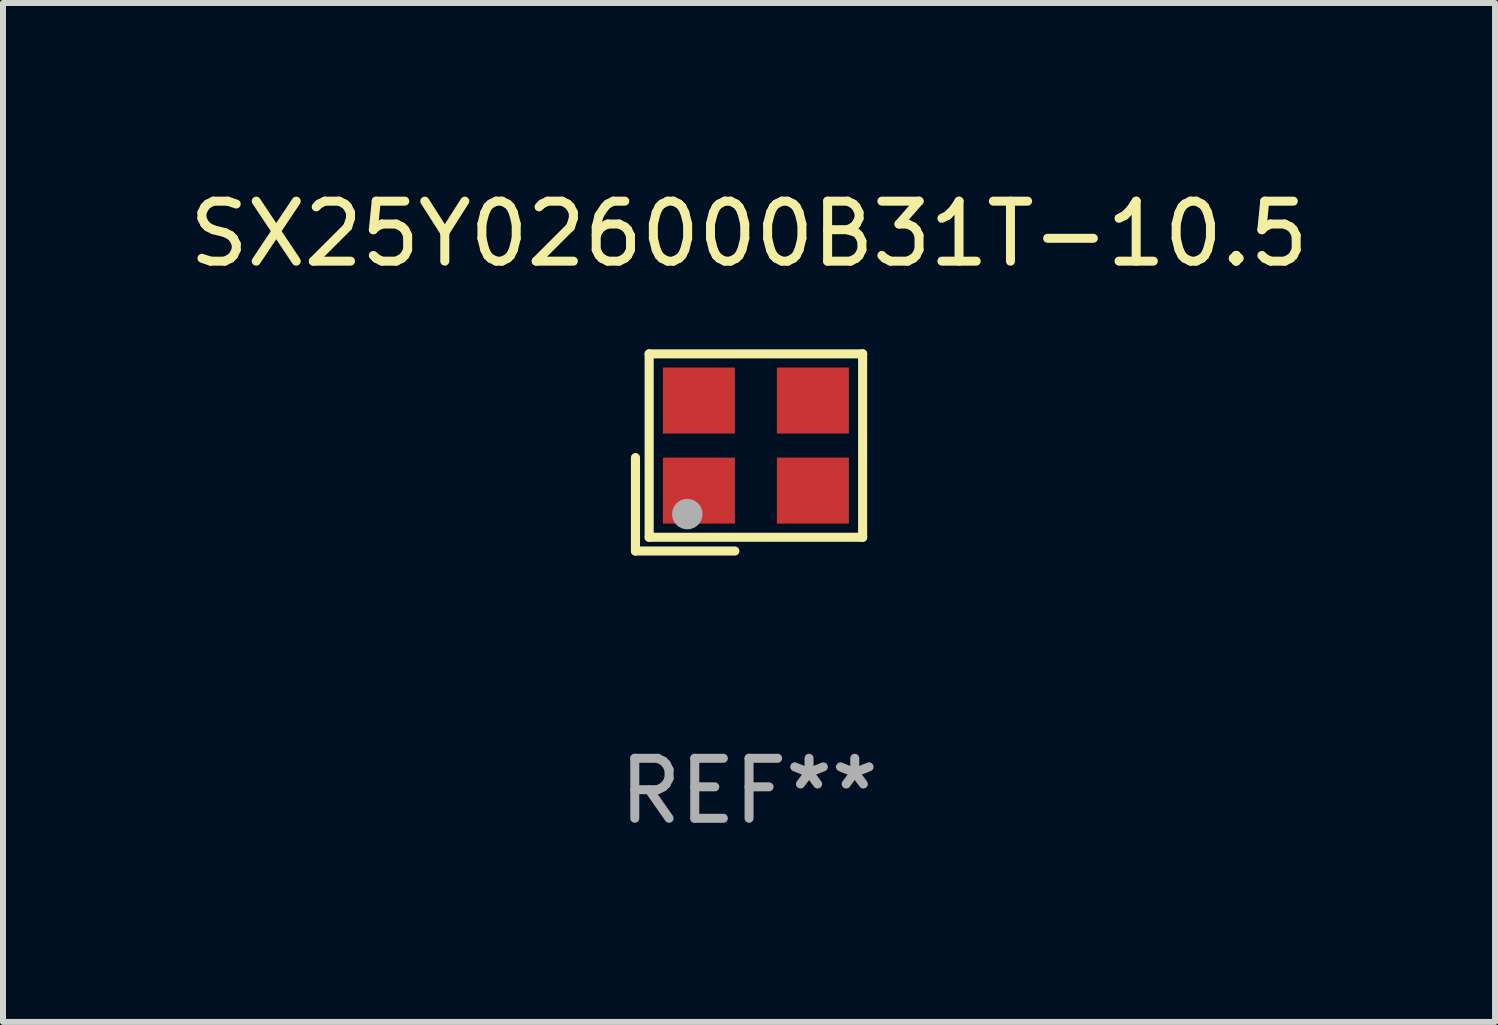
<source format=kicad_pcb>
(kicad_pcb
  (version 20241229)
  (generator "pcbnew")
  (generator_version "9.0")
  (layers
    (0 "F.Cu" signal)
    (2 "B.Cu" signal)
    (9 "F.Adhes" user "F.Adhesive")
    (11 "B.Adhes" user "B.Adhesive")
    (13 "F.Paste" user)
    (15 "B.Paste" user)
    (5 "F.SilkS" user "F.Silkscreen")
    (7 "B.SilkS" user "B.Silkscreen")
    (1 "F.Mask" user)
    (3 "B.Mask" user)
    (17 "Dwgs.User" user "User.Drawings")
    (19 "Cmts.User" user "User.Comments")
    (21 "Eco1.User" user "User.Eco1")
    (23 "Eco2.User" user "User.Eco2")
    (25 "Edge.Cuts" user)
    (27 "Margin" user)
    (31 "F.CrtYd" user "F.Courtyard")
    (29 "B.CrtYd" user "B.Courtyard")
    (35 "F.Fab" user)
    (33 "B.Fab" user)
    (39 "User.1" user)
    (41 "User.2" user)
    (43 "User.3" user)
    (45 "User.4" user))
  (footprint "SX25Y026000B31T-10.5"
    (layer "F.Cu")
    (at 9.435 4.491)
    (property "Reference" "SX25Y026000B31T-10.5" (at 0 -3.643 0) (layer "F.SilkS") (effects (font (size 1 1) (thickness 0.15))))
    (attr through_hole)
    (fp_line (start -1.893 0.086) (end -1.893 1.643) (stroke (width 0.152) (type solid)) (layer "F.SilkS"))
    (fp_line (start -1.893 1.643) (end -0.237 1.643) (stroke (width 0.152) (type solid)) (layer "F.SilkS"))
    (fp_line (start -1.665 -1.643) (end 1.893 -1.643) (stroke (width 0.152) (type solid)) (layer "F.SilkS"))
    (fp_line (start -1.665 1.414) (end -1.665 -1.643) (stroke (width 0.152) (type solid)) (layer "F.SilkS"))
    (fp_line (start 1.893 -1.643) (end 1.893 1.414) (stroke (width 0.152) (type solid)) (layer "F.SilkS"))
    (fp_line (start 1.893 1.414) (end -1.665 1.414) (stroke (width 0.152) (type solid)) (layer "F.SilkS"))
    (fp_circle (center -1.136 0.885) (end -1.106 0.885) (stroke (width 0.06) (type solid)) (fill no) (layer "F.SilkS"))
    (fp_circle (center -1.029 1.028) (end -0.902 1.028) (stroke (width 0.254) (type solid)) (fill no) (layer "F.Fab"))
    (fp_text user "REF**" (at 0 5.643 0) (layer "F.Fab") (effects (font (size 1 1) (thickness 0.15))))
    (pad "1" smd rect (at -0.836 0.636) (size 1.2 1.1) (layers "F.Cu" "F.Mask" "F.Paste"))
    (pad "2" smd rect (at 1.064 0.636) (size 1.2 1.1) (layers "F.Cu" "F.Mask" "F.Paste"))
    (pad "3" smd rect (at 1.064 -0.865) (size 1.2 1.1) (layers "F.Cu" "F.Mask" "F.Paste"))
    (pad "4" smd rect (at -0.836 -0.865) (size 1.2 1.1) (layers "F.Cu" "F.Mask" "F.Paste")))
  (gr_rect
    (start -3 -3)
    (end 21.869 13.983)
    (stroke (width 0.1) (type default))
    (fill no)
    (layer "Edge.Cuts")))
</source>
